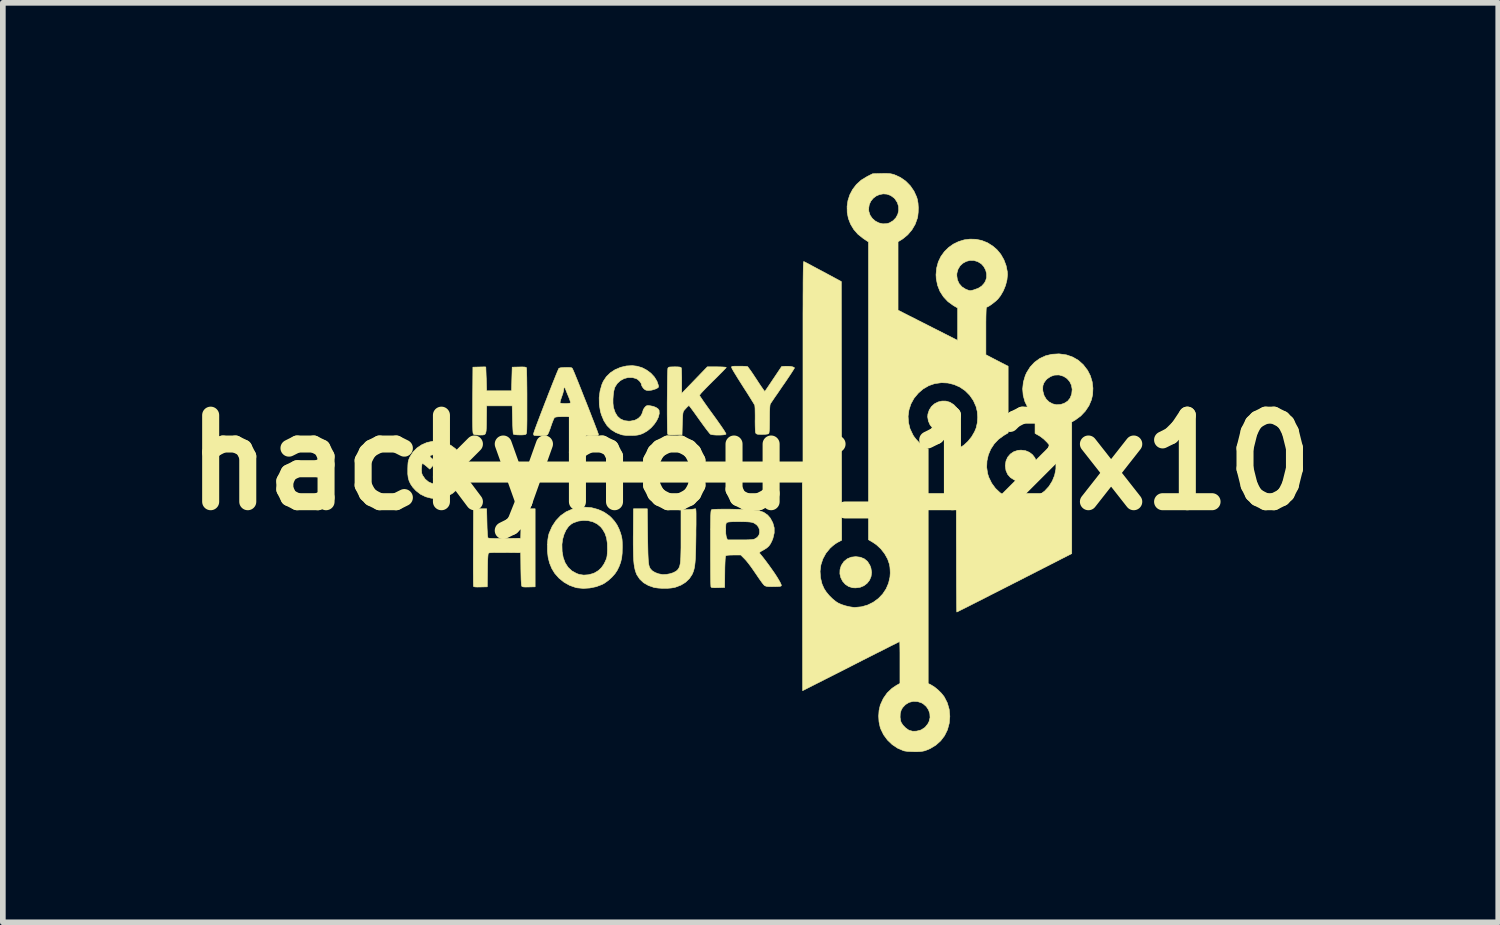
<source format=kicad_pcb>
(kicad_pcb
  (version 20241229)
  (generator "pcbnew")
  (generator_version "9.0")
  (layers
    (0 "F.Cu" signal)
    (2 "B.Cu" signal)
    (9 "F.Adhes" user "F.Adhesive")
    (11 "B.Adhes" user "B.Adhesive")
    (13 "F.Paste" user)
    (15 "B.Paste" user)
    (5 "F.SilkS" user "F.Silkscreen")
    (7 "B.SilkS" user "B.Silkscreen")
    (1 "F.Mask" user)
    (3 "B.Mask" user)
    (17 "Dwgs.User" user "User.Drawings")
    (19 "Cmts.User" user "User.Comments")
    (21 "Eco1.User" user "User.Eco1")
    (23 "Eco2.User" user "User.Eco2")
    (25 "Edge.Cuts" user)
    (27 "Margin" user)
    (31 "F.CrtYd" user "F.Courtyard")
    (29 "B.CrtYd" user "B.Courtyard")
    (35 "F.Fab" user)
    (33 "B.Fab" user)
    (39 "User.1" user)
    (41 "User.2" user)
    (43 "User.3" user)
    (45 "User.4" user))
  (footprint "hackyhour_12x10"
    (layer "F.Cu")
    (at 10.167 5.096)
    (property "Reference" "hackyhour_12x10" (at 0 0 0) (layer "F.SilkS") (effects (font (size 1.524 1.524) (thickness 0.3))))
    (attr through_hole)
    (fp_poly (pts (xy 1.935 1.667) (xy 2.005 1.696) (xy 2.061 1.743) (xy 2.102 1.809) (xy 2.12 1.856) (xy 2.132 1.933) (xy 2.123 2.006) (xy 2.096 2.071) (xy 2.053 2.126) (xy 1.997 2.169) (xy 1.929 2.197) (xy 1.851 2.207) (xy 1.798 2.204) (xy 1.729 2.183) (xy 1.67 2.144) (xy 1.623 2.091) (xy 1.591 2.029) (xy 1.574 1.959) (xy 1.576 1.888) (xy 1.597 1.817) (xy 1.601 1.809) (xy 1.646 1.742) (xy 1.704 1.695) (xy 1.774 1.666) (xy 1.853 1.657) (xy 1.935 1.667)) (stroke (width 0.01) (type solid)) (fill yes) (layer "F.SilkS"))
    (fp_poly (pts (xy 4.843 -0.209) (xy 4.91 -0.181) (xy 4.965 -0.139) (xy 5.007 -0.085) (xy 5.034 -0.023) (xy 5.045 0.044) (xy 5.039 0.112) (xy 5.014 0.179) (xy 4.97 0.242) (xy 4.954 0.258) (xy 4.888 0.305) (xy 4.816 0.331) (xy 4.741 0.334) (xy 4.664 0.315) (xy 4.647 0.307) (xy 4.578 0.264) (xy 4.529 0.208) (xy 4.499 0.14) (xy 4.488 0.059) (xy 4.488 0.051) (xy 4.499 -0.027) (xy 4.529 -0.095) (xy 4.576 -0.15) (xy 4.637 -0.191) (xy 4.71 -0.215) (xy 4.765 -0.219) (xy 4.843 -0.209)) (stroke (width 0.01) (type solid)) (fill yes) (layer "F.SilkS"))
    (fp_poly (pts (xy 3.443 -1.082) (xy 3.512 -1.062) (xy 3.577 -1.021) (xy 3.58 -1.019) (xy 3.63 -0.966) (xy 3.661 -0.908) (xy 3.675 -0.839) (xy 3.677 -0.802) (xy 3.676 -0.754) (xy 3.67 -0.72) (xy 3.657 -0.689) (xy 3.642 -0.663) (xy 3.593 -0.602) (xy 3.532 -0.561) (xy 3.458 -0.538) (xy 3.413 -0.533) (xy 3.365 -0.532) (xy 3.331 -0.536) (xy 3.298 -0.547) (xy 3.267 -0.562) (xy 3.208 -0.606) (xy 3.162 -0.664) (xy 3.132 -0.732) (xy 3.12 -0.805) (xy 3.124 -0.853) (xy 3.148 -0.926) (xy 3.188 -0.988) (xy 3.241 -1.035) (xy 3.304 -1.067) (xy 3.372 -1.083) (xy 3.443 -1.082)) (stroke (width 0.01) (type solid)) (fill yes) (layer "F.SilkS"))
    (fp_poly (pts (xy -4.641 1.065) (xy -4.639 1.152) (xy -4.635 1.224) (xy -4.632 1.278) (xy -4.627 1.314) (xy -4.623 1.327) (xy -4.607 1.332) (xy -4.567 1.335) (xy -4.505 1.337) (xy -4.419 1.337) (xy -4.329 1.337) (xy -4.047 1.333) (xy -4.041 1.074) (xy -4.035 0.814) (xy -3.793 0.814) (xy -3.793 2.188) (xy -3.904 2.191) (xy -3.96 2.192) (xy -3.998 2.19) (xy -4.02 2.184) (xy -4.027 2.179) (xy -4.032 2.161) (xy -4.036 2.121) (xy -4.04 2.059) (xy -4.042 1.974) (xy -4.044 1.875) (xy -4.047 1.587) (xy -4.325 1.584) (xy -4.416 1.584) (xy -4.487 1.584) (xy -4.539 1.585) (xy -4.576 1.587) (xy -4.6 1.59) (xy -4.613 1.594) (xy -4.616 1.597) (xy -4.621 1.615) (xy -4.625 1.656) (xy -4.629 1.719) (xy -4.631 1.805) (xy -4.632 1.9) (xy -4.636 2.188) (xy -4.754 2.191) (xy -4.812 2.192) (xy -4.85 2.19) (xy -4.871 2.186) (xy -4.878 2.18) (xy -4.879 2.166) (xy -4.88 2.131) (xy -4.881 2.077) (xy -4.881 2.006) (xy -4.882 1.921) (xy -4.882 1.822) (xy -4.882 1.713) (xy -4.881 1.596) (xy -4.881 1.489) (xy -4.878 0.814) (xy -4.647 0.814) (xy -4.641 1.065)) (stroke (width 0.01) (type solid)) (fill yes) (layer "F.SilkS"))
    (fp_poly (pts (xy -4.667 -1.684) (xy -4.662 -1.683) (xy -4.661 -1.671) (xy -4.66 -1.64) (xy -4.658 -1.593) (xy -4.656 -1.534) (xy -4.653 -1.472) (xy -4.647 -1.264) (xy -4.208 -1.264) (xy -4.203 -1.472) (xy -4.197 -1.68) (xy -4.076 -1.683) (xy -4.017 -1.684) (xy -3.977 -1.682) (xy -3.955 -1.677) (xy -3.947 -1.672) (xy -3.945 -1.657) (xy -3.943 -1.622) (xy -3.942 -1.569) (xy -3.94 -1.499) (xy -3.939 -1.415) (xy -3.938 -1.32) (xy -3.937 -1.215) (xy -3.937 -1.102) (xy -3.937 -1.083) (xy -3.937 -0.953) (xy -3.937 -0.844) (xy -3.937 -0.755) (xy -3.938 -0.683) (xy -3.939 -0.626) (xy -3.94 -0.583) (xy -3.942 -0.551) (xy -3.944 -0.529) (xy -3.947 -0.514) (xy -3.951 -0.505) (xy -3.955 -0.5) (xy -3.96 -0.496) (xy -3.961 -0.496) (xy -3.984 -0.49) (xy -4.02 -0.487) (xy -4.064 -0.487) (xy -4.109 -0.488) (xy -4.147 -0.492) (xy -4.171 -0.498) (xy -4.176 -0.5) (xy -4.179 -0.514) (xy -4.182 -0.548) (xy -4.185 -0.597) (xy -4.188 -0.659) (xy -4.19 -0.73) (xy -4.191 -0.754) (xy -4.197 -0.999) (xy -4.647 -0.999) (xy -4.65 -0.756) (xy -4.651 -0.67) (xy -4.653 -0.605) (xy -4.656 -0.557) (xy -4.663 -0.524) (xy -4.673 -0.503) (xy -4.69 -0.491) (xy -4.713 -0.486) (xy -4.744 -0.485) (xy -4.774 -0.485) (xy -4.821 -0.487) (xy -4.858 -0.492) (xy -4.876 -0.499) (xy -4.88 -0.504) (xy -4.884 -0.512) (xy -4.887 -0.525) (xy -4.889 -0.546) (xy -4.891 -0.576) (xy -4.892 -0.617) (xy -4.893 -0.671) (xy -4.894 -0.74) (xy -4.894 -0.825) (xy -4.893 -0.93) (xy -4.893 -1.055) (xy -4.893 -1.097) (xy -4.889 -1.68) (xy -4.777 -1.683) (xy -4.729 -1.684) (xy -4.691 -1.685) (xy -4.667 -1.684)) (stroke (width 0.01) (type solid)) (fill yes) (layer "F.SilkS"))
    (fp_poly (pts (xy -0.968 0.814) (xy -0.964 0.822) (xy -0.962 0.836) (xy -0.96 0.861) (xy -0.959 0.896) (xy -0.959 0.945) (xy -0.959 1.01) (xy -0.959 1.093) (xy -0.961 1.195) (xy -0.961 1.277) (xy -0.963 1.409) (xy -0.965 1.521) (xy -0.968 1.614) (xy -0.971 1.692) (xy -0.976 1.756) (xy -0.982 1.809) (xy -0.989 1.853) (xy -0.998 1.89) (xy -1.009 1.924) (xy -1.022 1.956) (xy -1.029 1.971) (xy -1.077 2.044) (xy -1.143 2.107) (xy -1.225 2.158) (xy -1.322 2.195) (xy -1.336 2.199) (xy -1.396 2.209) (xy -1.47 2.215) (xy -1.55 2.215) (xy -1.626 2.21) (xy -1.692 2.201) (xy -1.7 2.199) (xy -1.798 2.165) (xy -1.882 2.117) (xy -1.949 2.054) (xy -1.999 1.98) (xy -2.004 1.97) (xy -2.019 1.932) (xy -2.032 1.891) (xy -2.042 1.844) (xy -2.051 1.789) (xy -2.057 1.724) (xy -2.061 1.646) (xy -2.063 1.552) (xy -2.065 1.442) (xy -2.065 1.311) (xy -2.064 1.247) (xy -2.061 0.814) (xy -1.818 0.814) (xy -1.812 1.293) (xy -1.81 1.416) (xy -1.808 1.519) (xy -1.806 1.603) (xy -1.803 1.671) (xy -1.8 1.724) (xy -1.796 1.766) (xy -1.791 1.799) (xy -1.785 1.824) (xy -1.777 1.845) (xy -1.768 1.863) (xy -1.76 1.875) (xy -1.728 1.908) (xy -1.679 1.937) (xy -1.62 1.959) (xy -1.558 1.971) (xy -1.551 1.972) (xy -1.488 1.971) (xy -1.422 1.959) (xy -1.361 1.94) (xy -1.312 1.914) (xy -1.291 1.897) (xy -1.275 1.879) (xy -1.262 1.859) (xy -1.251 1.836) (xy -1.243 1.807) (xy -1.236 1.77) (xy -1.231 1.723) (xy -1.228 1.663) (xy -1.226 1.588) (xy -1.224 1.497) (xy -1.224 1.386) (xy -1.224 1.287) (xy -1.224 0.834) (xy -1.111 0.828) (xy -1.06 0.825) (xy -1.017 0.821) (xy -0.986 0.816) (xy -0.977 0.814) (xy -0.972 0.812) (xy -0.968 0.814)) (stroke (width 0.01) (type solid)) (fill yes) (layer "F.SilkS"))
    (fp_poly (pts (xy -2.799 0.795) (xy -2.684 0.826) (xy -2.578 0.874) (xy -2.484 0.94) (xy -2.451 0.971) (xy -2.395 1.034) (xy -2.351 1.098) (xy -2.315 1.171) (xy -2.289 1.241) (xy -2.277 1.282) (xy -2.268 1.318) (xy -2.262 1.356) (xy -2.259 1.401) (xy -2.258 1.461) (xy -2.258 1.495) (xy -2.26 1.596) (xy -2.269 1.68) (xy -2.287 1.756) (xy -2.314 1.829) (xy -2.347 1.897) (xy -2.386 1.956) (xy -2.441 2.018) (xy -2.505 2.076) (xy -2.572 2.124) (xy -2.612 2.146) (xy -2.718 2.186) (xy -2.831 2.209) (xy -2.945 2.216) (xy -3.053 2.206) (xy -3.079 2.2) (xy -3.185 2.163) (xy -3.284 2.107) (xy -3.373 2.035) (xy -3.448 1.95) (xy -3.499 1.866) (xy -3.539 1.769) (xy -3.564 1.669) (xy -3.576 1.559) (xy -3.576 1.443) (xy -3.576 1.441) (xy -3.321 1.441) (xy -3.318 1.563) (xy -3.299 1.672) (xy -3.264 1.766) (xy -3.213 1.845) (xy -3.146 1.908) (xy -3.064 1.953) (xy -3.014 1.971) (xy -2.938 1.982) (xy -2.854 1.976) (xy -2.772 1.954) (xy -2.74 1.94) (xy -2.677 1.901) (xy -2.626 1.853) (xy -2.582 1.79) (xy -2.559 1.744) (xy -2.543 1.708) (xy -2.532 1.677) (xy -2.526 1.644) (xy -2.522 1.601) (xy -2.519 1.543) (xy -2.519 1.534) (xy -2.521 1.423) (xy -2.535 1.328) (xy -2.563 1.246) (xy -2.605 1.174) (xy -2.64 1.131) (xy -2.701 1.08) (xy -2.776 1.043) (xy -2.859 1.023) (xy -2.947 1.019) (xy -3.034 1.031) (xy -3.117 1.06) (xy -3.154 1.081) (xy -3.205 1.125) (xy -3.249 1.188) (xy -3.284 1.265) (xy -3.309 1.351) (xy -3.321 1.441) (xy -3.576 1.441) (xy -3.569 1.356) (xy -3.558 1.287) (xy -3.546 1.244) (xy -3.493 1.124) (xy -3.425 1.021) (xy -3.343 0.935) (xy -3.248 0.868) (xy -3.141 0.821) (xy -3.024 0.793) (xy -2.92 0.785) (xy -2.799 0.795)) (stroke (width 0.01) (type solid)) (fill yes) (layer "F.SilkS"))
    (fp_poly (pts (xy -0.15 -1.697) (xy -0.103 -1.695) (xy -0.069 -1.693) (xy -0.054 -1.691) (xy -0.043 -1.679) (xy -0.022 -1.651) (xy 0.008 -1.61) (xy 0.044 -1.557) (xy 0.084 -1.496) (xy 0.105 -1.465) (xy 0.145 -1.403) (xy 0.182 -1.348) (xy 0.213 -1.303) (xy 0.236 -1.271) (xy 0.25 -1.255) (xy 0.253 -1.253) (xy 0.261 -1.265) (xy 0.28 -1.292) (xy 0.308 -1.333) (xy 0.343 -1.385) (xy 0.383 -1.445) (xy 0.404 -1.476) (xy 0.548 -1.691) (xy 0.6 -1.695) (xy 0.652 -1.696) (xy 0.701 -1.693) (xy 0.74 -1.686) (xy 0.766 -1.676) (xy 0.774 -1.667) (xy 0.767 -1.653) (xy 0.749 -1.624) (xy 0.721 -1.58) (xy 0.684 -1.524) (xy 0.641 -1.46) (xy 0.592 -1.388) (xy 0.567 -1.353) (xy 0.516 -1.278) (xy 0.469 -1.209) (xy 0.426 -1.148) (xy 0.392 -1.097) (xy 0.366 -1.059) (xy 0.351 -1.036) (xy 0.348 -1.031) (xy 0.343 -1.008) (xy 0.339 -0.962) (xy 0.336 -0.894) (xy 0.335 -0.803) (xy 0.335 -0.765) (xy 0.334 -0.675) (xy 0.333 -0.606) (xy 0.33 -0.557) (xy 0.326 -0.525) (xy 0.321 -0.511) (xy 0.321 -0.51) (xy 0.301 -0.503) (xy 0.262 -0.498) (xy 0.206 -0.496) (xy 0.156 -0.497) (xy 0.125 -0.499) (xy 0.107 -0.505) (xy 0.096 -0.514) (xy 0.092 -0.52) (xy 0.087 -0.542) (xy 0.084 -0.586) (xy 0.082 -0.65) (xy 0.081 -0.733) (xy 0.082 -0.765) (xy 0.082 -0.836) (xy 0.081 -0.9) (xy 0.08 -0.953) (xy 0.077 -0.991) (xy 0.075 -1.01) (xy 0.075 -1.01) (xy 0.066 -1.025) (xy 0.047 -1.057) (xy 0.018 -1.104) (xy -0.018 -1.162) (xy -0.06 -1.229) (xy -0.108 -1.303) (xy -0.131 -1.339) (xy -0.179 -1.415) (xy -0.224 -1.486) (xy -0.263 -1.55) (xy -0.295 -1.602) (xy -0.318 -1.642) (xy -0.33 -1.666) (xy -0.332 -1.671) (xy -0.334 -1.682) (xy -0.33 -1.69) (xy -0.318 -1.694) (xy -0.294 -1.696) (xy -0.253 -1.697) (xy -0.204 -1.697) (xy -0.15 -1.697)) (stroke (width 0.01) (type solid)) (fill yes) (layer "F.SilkS"))
    (fp_poly (pts (xy -1.997 -1.697) (xy -1.91 -1.671) (xy -1.828 -1.628) (xy -1.754 -1.573) (xy -1.693 -1.507) (xy -1.648 -1.434) (xy -1.622 -1.358) (xy -1.622 -1.357) (xy -1.62 -1.336) (xy -1.626 -1.322) (xy -1.646 -1.309) (xy -1.673 -1.296) (xy -1.738 -1.276) (xy -1.79 -1.27) (xy -1.829 -1.272) (xy -1.854 -1.281) (xy -1.878 -1.3) (xy -1.883 -1.306) (xy -1.904 -1.333) (xy -1.916 -1.356) (xy -1.917 -1.361) (xy -1.926 -1.395) (xy -1.952 -1.432) (xy -1.987 -1.464) (xy -2.012 -1.478) (xy -2.082 -1.498) (xy -2.155 -1.498) (xy -2.226 -1.479) (xy -2.291 -1.444) (xy -2.346 -1.394) (xy -2.386 -1.332) (xy -2.395 -1.31) (xy -2.408 -1.257) (xy -2.417 -1.19) (xy -2.422 -1.117) (xy -2.422 -1.046) (xy -2.416 -0.986) (xy -2.413 -0.968) (xy -2.384 -0.882) (xy -2.343 -0.814) (xy -2.289 -0.767) (xy -2.222 -0.738) (xy -2.143 -0.729) (xy -2.11 -0.731) (xy -2.036 -0.746) (xy -1.976 -0.778) (xy -1.931 -0.823) (xy -1.918 -0.846) (xy -1.903 -0.88) (xy -1.895 -0.907) (xy -1.893 -0.915) (xy -1.886 -0.935) (xy -1.869 -0.962) (xy -1.862 -0.97) (xy -1.842 -0.992) (xy -1.824 -1.002) (xy -1.798 -1.003) (xy -1.772 -1.001) (xy -1.715 -0.99) (xy -1.666 -0.971) (xy -1.63 -0.947) (xy -1.61 -0.92) (xy -1.61 -0.918) (xy -1.607 -0.863) (xy -1.622 -0.802) (xy -1.653 -0.737) (xy -1.697 -0.673) (xy -1.751 -0.613) (xy -1.812 -0.562) (xy -1.88 -0.521) (xy -1.885 -0.519) (xy -1.926 -0.501) (xy -1.961 -0.49) (xy -1.997 -0.483) (xy -2.042 -0.479) (xy -2.09 -0.477) (xy -2.178 -0.477) (xy -2.246 -0.485) (xy -2.271 -0.49) (xy -2.371 -0.528) (xy -2.455 -0.58) (xy -2.525 -0.649) (xy -2.581 -0.735) (xy -2.625 -0.84) (xy -2.644 -0.905) (xy -2.663 -1.022) (xy -2.665 -1.144) (xy -2.649 -1.263) (xy -2.617 -1.375) (xy -2.592 -1.432) (xy -2.538 -1.513) (xy -2.467 -1.582) (xy -2.383 -1.637) (xy -2.288 -1.677) (xy -2.186 -1.701) (xy -2.081 -1.707) (xy -1.997 -1.697)) (stroke (width 0.01) (type solid)) (fill yes) (layer "F.SilkS"))
    (fp_poly (pts (xy -0.535 -1.685) (xy -0.485 -1.683) (xy -0.448 -1.68) (xy -0.429 -1.677) (xy -0.427 -1.675) (xy -0.435 -1.665) (xy -0.458 -1.641) (xy -0.492 -1.605) (xy -0.538 -1.559) (xy -0.591 -1.505) (xy -0.651 -1.446) (xy -0.665 -1.433) (xy -0.731 -1.367) (xy -0.789 -1.308) (xy -0.836 -1.259) (xy -0.871 -1.221) (xy -0.892 -1.194) (xy -0.898 -1.183) (xy -0.891 -1.17) (xy -0.871 -1.14) (xy -0.842 -1.097) (xy -0.803 -1.041) (xy -0.757 -0.976) (xy -0.705 -0.904) (xy -0.66 -0.842) (xy -0.595 -0.752) (xy -0.54 -0.674) (xy -0.495 -0.609) (xy -0.461 -0.558) (xy -0.44 -0.522) (xy -0.431 -0.504) (xy -0.431 -0.502) (xy -0.445 -0.494) (xy -0.477 -0.488) (xy -0.52 -0.485) (xy -0.568 -0.484) (xy -0.618 -0.485) (xy -0.661 -0.489) (xy -0.694 -0.495) (xy -0.705 -0.499) (xy -0.718 -0.512) (xy -0.742 -0.542) (xy -0.776 -0.585) (xy -0.816 -0.639) (xy -0.861 -0.701) (xy -0.903 -0.759) (xy -0.95 -0.825) (xy -0.992 -0.884) (xy -1.029 -0.934) (xy -1.058 -0.973) (xy -1.077 -0.997) (xy -1.084 -1.004) (xy -1.096 -0.996) (xy -1.118 -0.976) (xy -1.144 -0.948) (xy -1.17 -0.919) (xy -1.178 -0.907) (xy -1.185 -0.892) (xy -1.191 -0.864) (xy -1.195 -0.821) (xy -1.198 -0.76) (xy -1.201 -0.688) (xy -1.206 -0.491) (xy -1.329 -0.487) (xy -1.385 -0.486) (xy -1.422 -0.487) (xy -1.444 -0.491) (xy -1.455 -0.497) (xy -1.459 -0.503) (xy -1.461 -0.52) (xy -1.463 -0.557) (xy -1.464 -0.611) (xy -1.465 -0.68) (xy -1.466 -0.762) (xy -1.467 -0.852) (xy -1.467 -0.948) (xy -1.467 -1.049) (xy -1.466 -1.15) (xy -1.465 -1.249) (xy -1.464 -1.344) (xy -1.463 -1.432) (xy -1.462 -1.509) (xy -1.46 -1.574) (xy -1.458 -1.623) (xy -1.456 -1.654) (xy -1.454 -1.663) (xy -1.446 -1.674) (xy -1.432 -1.681) (xy -1.407 -1.684) (xy -1.366 -1.685) (xy -1.334 -1.686) (xy -1.282 -1.685) (xy -1.248 -1.682) (xy -1.229 -1.677) (xy -1.22 -1.669) (xy -1.219 -1.667) (xy -1.217 -1.65) (xy -1.215 -1.614) (xy -1.214 -1.563) (xy -1.212 -1.501) (xy -1.212 -1.434) (xy -1.212 -1.218) (xy -0.986 -1.452) (xy -0.76 -1.686) (xy -0.594 -1.686) (xy -0.535 -1.685)) (stroke (width 0.01) (type solid)) (fill yes) (layer "F.SilkS"))
    (fp_poly (pts (xy -3.2 -1.674) (xy -3.168 -1.672) (xy -3.149 -1.668) (xy -3.139 -1.659) (xy -3.131 -1.645) (xy -3.13 -1.642) (xy -3.117 -1.612) (xy -3.097 -1.566) (xy -3.072 -1.504) (xy -3.042 -1.431) (xy -3.009 -1.348) (xy -2.973 -1.258) (xy -2.936 -1.163) (xy -2.897 -1.066) (xy -2.859 -0.97) (xy -2.822 -0.875) (xy -2.788 -0.786) (xy -2.756 -0.705) (xy -2.729 -0.634) (xy -2.706 -0.575) (xy -2.69 -0.53) (xy -2.68 -0.504) (xy -2.679 -0.496) (xy -2.68 -0.486) (xy -2.688 -0.479) (xy -2.705 -0.476) (xy -2.736 -0.474) (xy -2.786 -0.474) (xy -2.797 -0.474) (xy -2.848 -0.474) (xy -2.891 -0.477) (xy -2.921 -0.48) (xy -2.93 -0.483) (xy -2.94 -0.497) (xy -2.956 -0.528) (xy -2.975 -0.572) (xy -2.997 -0.624) (xy -3 -0.632) (xy -3.022 -0.687) (xy -3.043 -0.734) (xy -3.059 -0.77) (xy -3.07 -0.789) (xy -3.071 -0.79) (xy -3.08 -0.797) (xy -3.098 -0.802) (xy -3.126 -0.806) (xy -3.17 -0.807) (xy -3.232 -0.808) (xy -3.261 -0.808) (xy -3.33 -0.808) (xy -3.379 -0.807) (xy -3.413 -0.804) (xy -3.434 -0.8) (xy -3.448 -0.794) (xy -3.455 -0.788) (xy -3.465 -0.769) (xy -3.48 -0.734) (xy -3.498 -0.687) (xy -3.515 -0.638) (xy -3.533 -0.585) (xy -3.551 -0.539) (xy -3.566 -0.506) (xy -3.575 -0.49) (xy -3.591 -0.482) (xy -3.621 -0.476) (xy -3.668 -0.474) (xy -3.699 -0.473) (xy -3.747 -0.474) (xy -3.785 -0.476) (xy -3.809 -0.479) (xy -3.814 -0.481) (xy -3.821 -0.498) (xy -3.822 -0.505) (xy -3.817 -0.521) (xy -3.806 -0.555) (xy -3.788 -0.606) (xy -3.764 -0.671) (xy -3.735 -0.747) (xy -3.703 -0.832) (xy -3.668 -0.923) (xy -3.631 -1.019) (xy -3.617 -1.055) (xy -3.355 -1.055) (xy -3.354 -1.051) (xy -3.34 -1.045) (xy -3.309 -1.041) (xy -3.27 -1.039) (xy -3.23 -1.04) (xy -3.195 -1.043) (xy -3.173 -1.048) (xy -3.169 -1.05) (xy -3.171 -1.065) (xy -3.18 -1.096) (xy -3.195 -1.137) (xy -3.208 -1.169) (xy -3.228 -1.217) (xy -3.245 -1.26) (xy -3.257 -1.291) (xy -3.261 -1.302) (xy -3.271 -1.32) (xy -3.282 -1.318) (xy -3.289 -1.299) (xy -3.29 -1.282) (xy -3.295 -1.256) (xy -3.305 -1.216) (xy -3.321 -1.17) (xy -3.326 -1.156) (xy -3.341 -1.112) (xy -3.351 -1.077) (xy -3.355 -1.055) (xy -3.617 -1.055) (xy -3.593 -1.116) (xy -3.556 -1.213) (xy -3.519 -1.306) (xy -3.485 -1.393) (xy -3.453 -1.472) (xy -3.426 -1.54) (xy -3.403 -1.596) (xy -3.386 -1.635) (xy -3.376 -1.657) (xy -3.373 -1.66) (xy -3.351 -1.668) (xy -3.308 -1.672) (xy -3.25 -1.674) (xy -3.2 -1.674)) (stroke (width 0.01) (type solid)) (fill yes) (layer "F.SilkS"))
    (fp_poly (pts (xy -0.355 0.821) (xy -0.269 0.823) (xy -0.182 0.825) (xy -0.099 0.827) (xy -0.022 0.831) (xy 0.046 0.835) (xy 0.1 0.839) (xy 0.138 0.844) (xy 0.147 0.846) (xy 0.232 0.876) (xy 0.301 0.924) (xy 0.347 0.977) (xy 0.393 1.062) (xy 0.417 1.149) (xy 0.417 1.24) (xy 0.395 1.334) (xy 0.375 1.384) (xy 0.349 1.434) (xy 0.322 1.471) (xy 0.288 1.502) (xy 0.24 1.533) (xy 0.222 1.543) (xy 0.184 1.564) (xy 0.164 1.579) (xy 0.158 1.59) (xy 0.163 1.601) (xy 0.165 1.603) (xy 0.217 1.667) (xy 0.271 1.737) (xy 0.325 1.81) (xy 0.377 1.883) (xy 0.426 1.953) (xy 0.468 2.018) (xy 0.502 2.075) (xy 0.527 2.121) (xy 0.541 2.153) (xy 0.543 2.163) (xy 0.54 2.172) (xy 0.527 2.178) (xy 0.502 2.182) (xy 0.46 2.183) (xy 0.436 2.184) (xy 0.372 2.185) (xy 0.326 2.184) (xy 0.294 2.181) (xy 0.272 2.177) (xy 0.254 2.169) (xy 0.245 2.164) (xy 0.231 2.149) (xy 0.206 2.118) (xy 0.174 2.074) (xy 0.137 2.021) (xy 0.097 1.962) (xy 0.095 1.959) (xy 0.051 1.895) (xy 0.006 1.831) (xy -0.037 1.774) (xy -0.075 1.727) (xy -0.1 1.7) (xy -0.171 1.628) (xy -0.298 1.628) (xy -0.361 1.629) (xy -0.403 1.632) (xy -0.429 1.638) (xy -0.437 1.643) (xy -0.442 1.661) (xy -0.446 1.701) (xy -0.449 1.762) (xy -0.452 1.845) (xy -0.453 1.929) (xy -0.456 2.199) (xy -0.573 2.203) (xy -0.627 2.204) (xy -0.663 2.203) (xy -0.684 2.199) (xy -0.694 2.193) (xy -0.697 2.187) (xy -0.698 2.173) (xy -0.7 2.137) (xy -0.701 2.082) (xy -0.702 2.011) (xy -0.703 1.925) (xy -0.703 1.827) (xy -0.704 1.718) (xy -0.704 1.601) (xy -0.704 1.507) (xy -0.704 1.365) (xy -0.704 1.243) (xy -0.704 1.173) (xy -0.437 1.173) (xy -0.436 1.249) (xy -0.428 1.303) (xy -0.422 1.322) (xy -0.405 1.362) (xy -0.185 1.362) (xy -0.097 1.362) (xy -0.03 1.36) (xy 0.02 1.357) (xy 0.054 1.352) (xy 0.073 1.346) (xy 0.12 1.317) (xy 0.149 1.277) (xy 0.161 1.23) (xy 0.158 1.182) (xy 0.14 1.135) (xy 0.107 1.095) (xy 0.06 1.064) (xy 0.023 1.052) (xy -0.01 1.047) (xy -0.059 1.043) (xy -0.119 1.041) (xy -0.183 1.04) (xy -0.248 1.04) (xy -0.308 1.041) (xy -0.359 1.044) (xy -0.394 1.048) (xy -0.408 1.052) (xy -0.421 1.059) (xy -0.429 1.07) (xy -0.434 1.089) (xy -0.436 1.122) (xy -0.437 1.172) (xy -0.437 1.173) (xy -0.704 1.173) (xy -0.704 1.142) (xy -0.703 1.058) (xy -0.702 0.991) (xy -0.701 0.938) (xy -0.699 0.898) (xy -0.697 0.869) (xy -0.694 0.85) (xy -0.691 0.838) (xy -0.688 0.832) (xy -0.687 0.832) (xy -0.671 0.827) (xy -0.634 0.824) (xy -0.581 0.822) (xy -0.515 0.821) (xy -0.438 0.821) (xy -0.355 0.821)) (stroke (width 0.01) (type solid)) (fill yes) (layer "F.SilkS"))
    (fp_poly (pts (xy 2.421 -5.09) (xy 2.459 -5.087) (xy 2.492 -5.081) (xy 2.526 -5.071) (xy 2.534 -5.069) (xy 2.638 -5.022) (xy 2.732 -4.957) (xy 2.813 -4.875) (xy 2.878 -4.781) (xy 2.926 -4.676) (xy 2.938 -4.635) (xy 2.95 -4.568) (xy 2.955 -4.49) (xy 2.953 -4.408) (xy 2.945 -4.335) (xy 2.938 -4.303) (xy 2.9 -4.197) (xy 2.842 -4.098) (xy 2.769 -4.012) (xy 2.683 -3.941) (xy 2.666 -3.93) (xy 2.598 -3.888) (xy 2.598 -2.684) (xy 2.751 -2.606) (xy 2.798 -2.582) (xy 2.863 -2.55) (xy 2.94 -2.51) (xy 3.027 -2.466) (xy 3.12 -2.419) (xy 3.214 -2.371) (xy 3.276 -2.34) (xy 3.648 -2.151) (xy 3.648 -2.722) (xy 3.572 -2.766) (xy 3.477 -2.835) (xy 3.398 -2.919) (xy 3.336 -3.016) (xy 3.294 -3.123) (xy 3.271 -3.239) (xy 3.268 -3.296) (xy 3.632 -3.296) (xy 3.643 -3.219) (xy 3.674 -3.151) (xy 3.723 -3.095) (xy 3.789 -3.053) (xy 3.833 -3.036) (xy 3.855 -3.029) (xy 3.87 -3.027) (xy 3.888 -3.03) (xy 3.918 -3.037) (xy 3.931 -3.041) (xy 4.01 -3.069) (xy 4.07 -3.107) (xy 4.117 -3.159) (xy 4.139 -3.198) (xy 4.158 -3.258) (xy 4.158 -3.325) (xy 4.141 -3.391) (xy 4.108 -3.452) (xy 4.066 -3.499) (xy 4.001 -3.539) (xy 3.933 -3.559) (xy 3.865 -3.56) (xy 3.8 -3.543) (xy 3.741 -3.511) (xy 3.691 -3.465) (xy 3.655 -3.406) (xy 3.635 -3.337) (xy 3.632 -3.296) (xy 3.268 -3.296) (xy 3.267 -3.308) (xy 3.278 -3.425) (xy 3.307 -3.533) (xy 3.353 -3.629) (xy 3.415 -3.715) (xy 3.488 -3.787) (xy 3.572 -3.847) (xy 3.665 -3.892) (xy 3.763 -3.922) (xy 3.865 -3.935) (xy 3.969 -3.932) (xy 4.072 -3.911) (xy 4.173 -3.871) (xy 4.268 -3.811) (xy 4.339 -3.75) (xy 4.407 -3.668) (xy 4.462 -3.572) (xy 4.501 -3.468) (xy 4.522 -3.363) (xy 4.525 -3.308) (xy 4.516 -3.216) (xy 4.491 -3.119) (xy 4.452 -3.024) (xy 4.403 -2.939) (xy 4.355 -2.878) (xy 4.321 -2.846) (xy 4.28 -2.813) (xy 4.238 -2.781) (xy 4.2 -2.756) (xy 4.17 -2.74) (xy 4.157 -2.736) (xy 4.153 -2.726) (xy 4.15 -2.694) (xy 4.148 -2.641) (xy 4.146 -2.567) (xy 4.145 -2.47) (xy 4.145 -2.35) (xy 4.145 -2.318) (xy 4.145 -1.899) (xy 4.341 -1.797) (xy 4.537 -1.696) (xy 4.537 -0.523) (xy 4.461 -0.478) (xy 4.369 -0.411) (xy 4.292 -0.33) (xy 4.231 -0.237) (xy 4.188 -0.135) (xy 4.164 -0.028) (xy 4.159 0.082) (xy 4.175 0.192) (xy 4.195 0.257) (xy 4.247 0.364) (xy 4.314 0.455) (xy 4.395 0.531) (xy 4.486 0.591) (xy 4.586 0.632) (xy 4.691 0.656) (xy 4.8 0.66) (xy 4.91 0.644) (xy 5.018 0.607) (xy 5.086 0.571) (xy 5.18 0.502) (xy 5.256 0.42) (xy 5.315 0.325) (xy 5.356 0.223) (xy 5.378 0.114) (xy 5.379 0.002) (xy 5.36 -0.11) (xy 5.319 -0.221) (xy 5.316 -0.228) (xy 5.278 -0.29) (xy 5.225 -0.354) (xy 5.164 -0.414) (xy 5.101 -0.462) (xy 5.081 -0.474) (xy 5.011 -0.514) (xy 5.011 -0.662) (xy 5.011 -0.811) (xy 4.958 -0.869) (xy 4.885 -0.967) (xy 4.833 -1.072) (xy 4.802 -1.184) (xy 4.793 -1.296) (xy 5.145 -1.296) (xy 5.149 -1.257) (xy 5.17 -1.18) (xy 5.208 -1.116) (xy 5.259 -1.067) (xy 5.32 -1.034) (xy 5.389 -1.018) (xy 5.462 -1.023) (xy 5.526 -1.044) (xy 5.586 -1.082) (xy 5.628 -1.134) (xy 5.655 -1.202) (xy 5.657 -1.21) (xy 5.665 -1.289) (xy 5.652 -1.362) (xy 5.621 -1.427) (xy 5.573 -1.481) (xy 5.512 -1.52) (xy 5.438 -1.542) (xy 5.424 -1.543) (xy 5.352 -1.54) (xy 5.283 -1.515) (xy 5.222 -1.473) (xy 5.201 -1.451) (xy 5.166 -1.402) (xy 5.149 -1.353) (xy 5.145 -1.296) (xy 4.793 -1.296) (xy 4.793 -1.299) (xy 4.805 -1.415) (xy 4.839 -1.53) (xy 4.862 -1.582) (xy 4.925 -1.683) (xy 5.002 -1.766) (xy 5.093 -1.832) (xy 5.196 -1.88) (xy 5.308 -1.907) (xy 5.427 -1.914) (xy 5.444 -1.913) (xy 5.565 -1.896) (xy 5.674 -1.858) (xy 5.773 -1.801) (xy 5.86 -1.723) (xy 5.935 -1.625) (xy 5.936 -1.624) (xy 5.985 -1.528) (xy 6.017 -1.421) (xy 6.03 -1.31) (xy 6.025 -1.198) (xy 6.004 -1.106) (xy 5.96 -1.002) (xy 5.896 -0.906) (xy 5.816 -0.821) (xy 5.722 -0.752) (xy 5.712 -0.746) (xy 5.657 -0.714) (xy 5.657 1.603) (xy 4.649 2.118) (xy 4.507 2.19) (xy 4.37 2.26) (xy 4.241 2.325) (xy 4.121 2.387) (xy 4.01 2.443) (xy 3.911 2.493) (xy 3.825 2.537) (xy 3.753 2.573) (xy 3.696 2.601) (xy 3.657 2.621) (xy 3.636 2.631) (xy 3.633 2.632) (xy 3.632 2.621) (xy 3.631 2.588) (xy 3.63 2.535) (xy 3.629 2.462) (xy 3.629 2.373) (xy 3.628 2.267) (xy 3.627 2.146) (xy 3.627 2.012) (xy 3.626 1.866) (xy 3.626 1.709) (xy 3.626 1.543) (xy 3.625 1.37) (xy 3.625 1.202) (xy 3.625 -0.229) (xy 3.679 -0.256) (xy 3.757 -0.306) (xy 3.83 -0.374) (xy 3.895 -0.455) (xy 3.947 -0.545) (xy 3.974 -0.61) (xy 3.994 -0.699) (xy 4.001 -0.797) (xy 3.994 -0.896) (xy 3.973 -0.984) (xy 3.925 -1.092) (xy 3.86 -1.186) (xy 3.78 -1.266) (xy 3.688 -1.329) (xy 3.586 -1.374) (xy 3.478 -1.401) (xy 3.364 -1.407) (xy 3.248 -1.391) (xy 3.245 -1.391) (xy 3.138 -1.354) (xy 3.038 -1.295) (xy 2.956 -1.224) (xy 2.88 -1.133) (xy 2.825 -1.033) (xy 2.79 -0.926) (xy 2.775 -0.816) (xy 2.782 -0.705) (xy 2.809 -0.595) (xy 2.859 -0.49) (xy 2.873 -0.465) (xy 2.916 -0.409) (xy 2.969 -0.353) (xy 3.025 -0.304) (xy 3.078 -0.268) (xy 3.085 -0.264) (xy 3.129 -0.242) (xy 3.129 3.89) (xy 3.185 3.919) (xy 3.241 3.954) (xy 3.301 4.003) (xy 3.358 4.059) (xy 3.404 4.116) (xy 3.413 4.129) (xy 3.466 4.233) (xy 3.499 4.347) (xy 3.51 4.468) (xy 3.51 4.471) (xy 3.499 4.593) (xy 3.468 4.707) (xy 3.417 4.81) (xy 3.349 4.9) (xy 3.263 4.977) (xy 3.162 5.038) (xy 3.099 5.064) (xy 3.062 5.077) (xy 3.027 5.084) (xy 2.987 5.089) (xy 2.936 5.091) (xy 2.883 5.091) (xy 2.82 5.089) (xy 2.764 5.086) (xy 2.719 5.08) (xy 2.696 5.075) (xy 2.591 5.03) (xy 2.495 4.966) (xy 2.412 4.886) (xy 2.343 4.792) (xy 2.293 4.689) (xy 2.283 4.659) (xy 2.263 4.566) (xy 2.258 4.484) (xy 2.634 4.484) (xy 2.643 4.548) (xy 2.654 4.578) (xy 2.684 4.624) (xy 2.728 4.67) (xy 2.777 4.706) (xy 2.799 4.717) (xy 2.857 4.732) (xy 2.923 4.73) (xy 2.989 4.714) (xy 3.009 4.706) (xy 3.073 4.664) (xy 3.122 4.604) (xy 3.146 4.557) (xy 3.162 4.49) (xy 3.158 4.421) (xy 3.135 4.355) (xy 3.096 4.296) (xy 3.042 4.249) (xy 3.009 4.23) (xy 2.935 4.207) (xy 2.861 4.206) (xy 2.791 4.224) (xy 2.729 4.262) (xy 2.678 4.316) (xy 2.654 4.358) (xy 2.637 4.417) (xy 2.634 4.484) (xy 2.258 4.484) (xy 2.257 4.464) (xy 2.264 4.364) (xy 2.285 4.273) (xy 2.288 4.265) (xy 2.339 4.154) (xy 2.407 4.057) (xy 2.491 3.977) (xy 2.568 3.925) (xy 2.632 3.889) (xy 2.632 3.52) (xy 2.632 3.431) (xy 2.632 3.349) (xy 2.631 3.278) (xy 2.63 3.22) (xy 2.629 3.178) (xy 2.628 3.155) (xy 2.627 3.152) (xy 2.616 3.157) (xy 2.586 3.172) (xy 2.539 3.196) (xy 2.475 3.227) (xy 2.397 3.267) (xy 2.307 3.313) (xy 2.204 3.364) (xy 2.092 3.421) (xy 1.971 3.482) (xy 1.844 3.547) (xy 1.77 3.585) (xy 0.918 4.017) (xy 0.912 0.346) (xy -5.089 0.346) (xy -5.096 0.375) (xy -5.107 0.396) (xy -5.13 0.428) (xy -5.16 0.464) (xy -5.167 0.472) (xy -5.246 0.541) (xy -5.334 0.591) (xy -5.429 0.622) (xy -5.527 0.634) (xy -5.626 0.627) (xy -5.721 0.602) (xy -5.811 0.558) (xy -5.892 0.495) (xy -5.949 0.433) (xy -5.986 0.378) (xy -6.012 0.324) (xy -6.028 0.267) (xy -6.036 0.2) (xy -6.036 0.153) (xy -5.795 0.153) (xy -5.789 0.19) (xy -5.777 0.223) (xy -5.775 0.226) (xy -5.729 0.292) (xy -5.67 0.341) (xy -5.602 0.371) (xy -5.528 0.381) (xy -5.452 0.37) (xy -5.407 0.353) (xy -5.345 0.312) (xy -5.298 0.258) (xy -5.268 0.194) (xy -5.257 0.125) (xy -5.266 0.054) (xy -5.284 0.007) (xy -5.329 -0.058) (xy -5.387 -0.106) (xy -5.457 -0.135) (xy -5.535 -0.144) (xy -5.576 -0.14) (xy -5.621 -0.131) (xy -5.643 -0.12) (xy -5.644 -0.105) (xy -5.624 -0.082) (xy -5.6 -0.063) (xy -5.57 -0.038) (xy -5.549 -0.02) (xy -5.542 -0.011) (xy -5.549 -0.000338) (xy -5.567 0.023) (xy -5.593 0.054) (xy -5.595 0.055) (xy -5.648 0.116) (xy -5.71 0.062) (xy -5.742 0.037) (xy -5.767 0.02) (xy -5.781 0.016) (xy -5.781 0.016) (xy -5.786 0.031) (xy -5.79 0.062) (xy -5.794 0.103) (xy -5.795 0.153) (xy -6.036 0.153) (xy -6.036 0.117) (xy -6.036 0.11) (xy -6.034 0.049) (xy -6.031 0.004) (xy -6.025 -0.029) (xy -6.016 -0.058) (xy -6.003 -0.089) (xy -5.999 -0.098) (xy -5.944 -0.185) (xy -5.873 -0.257) (xy -5.79 -0.313) (xy -5.698 -0.353) (xy -5.6 -0.374) (xy -5.498 -0.376) (xy -5.397 -0.357) (xy -5.364 -0.346) (xy -5.277 -0.303) (xy -5.199 -0.246) (xy -5.134 -0.177) (xy -5.086 -0.101) (xy -5.071 -0.066) (xy -5.051 -0.012) (xy 0.924 -0.012) (xy 0.924 -1.779) (xy 0.924 -2.024) (xy 0.924 -2.246) (xy 0.924 -2.447) (xy 0.924 -2.627) (xy 0.925 -2.788) (xy 0.925 -2.931) (xy 0.926 -3.056) (xy 0.926 -3.164) (xy 0.927 -3.257) (xy 0.928 -3.334) (xy 0.929 -3.398) (xy 0.93 -3.449) (xy 0.932 -3.488) (xy 0.933 -3.515) (xy 0.935 -3.532) (xy 0.937 -3.54) (xy 0.938 -3.541) (xy 0.951 -3.534) (xy 0.983 -3.518) (xy 1.029 -3.494) (xy 1.088 -3.462) (xy 1.157 -3.425) (xy 1.234 -3.384) (xy 1.276 -3.362) (xy 1.599 -3.188) (xy 1.602 -0.91) (xy 1.605 1.368) (xy 1.538 1.403) (xy 1.497 1.428) (xy 1.45 1.464) (xy 1.407 1.503) (xy 1.401 1.508) (xy 1.328 1.597) (xy 1.274 1.696) (xy 1.239 1.803) (xy 1.225 1.914) (xy 1.232 2.026) (xy 1.259 2.138) (xy 1.296 2.221) (xy 1.333 2.278) (xy 1.383 2.339) (xy 1.441 2.397) (xy 1.5 2.446) (xy 1.544 2.474) (xy 1.602 2.5) (xy 1.673 2.523) (xy 1.746 2.54) (xy 1.813 2.55) (xy 1.84 2.551) (xy 1.955 2.54) (xy 2.063 2.509) (xy 2.162 2.46) (xy 2.251 2.395) (xy 2.327 2.316) (xy 2.388 2.225) (xy 2.431 2.125) (xy 2.456 2.017) (xy 2.461 1.945) (xy 2.459 1.892) (xy 2.455 1.839) (xy 2.448 1.797) (xy 2.448 1.795) (xy 2.415 1.699) (xy 2.363 1.606) (xy 2.296 1.52) (xy 2.216 1.446) (xy 2.154 1.404) (xy 2.078 1.359) (xy 2.078 -3.885) (xy 1.985 -3.947) (xy 1.892 -4.021) (xy 1.818 -4.106) (xy 1.762 -4.2) (xy 1.723 -4.301) (xy 1.703 -4.405) (xy 1.702 -4.471) (xy 2.08 -4.471) (xy 2.084 -4.422) (xy 2.106 -4.355) (xy 2.146 -4.298) (xy 2.199 -4.252) (xy 2.262 -4.22) (xy 2.33 -4.204) (xy 2.4 -4.207) (xy 2.445 -4.22) (xy 2.511 -4.259) (xy 2.561 -4.311) (xy 2.594 -4.373) (xy 2.61 -4.441) (xy 2.607 -4.511) (xy 2.586 -4.579) (xy 2.545 -4.642) (xy 2.527 -4.661) (xy 2.467 -4.704) (xy 2.403 -4.727) (xy 2.337 -4.732) (xy 2.272 -4.72) (xy 2.212 -4.694) (xy 2.16 -4.654) (xy 2.118 -4.602) (xy 2.091 -4.541) (xy 2.08 -4.471) (xy 1.702 -4.471) (xy 1.701 -4.511) (xy 1.716 -4.615) (xy 1.749 -4.716) (xy 1.799 -4.811) (xy 1.866 -4.898) (xy 1.95 -4.974) (xy 2.052 -5.036) (xy 2.054 -5.038) (xy 2.151 -5.086) (xy 2.305 -5.09) (xy 2.371 -5.091) (xy 2.421 -5.09)) (stroke (width 0.01) (type solid)) (fill yes) (layer "F.SilkS")))
  (gr_rect
    (start -3 -3)
    (end 23.335 13.192)
    (stroke (width 0.1) (type default))
    (fill no)
    (layer "Edge.Cuts")))
</source>
